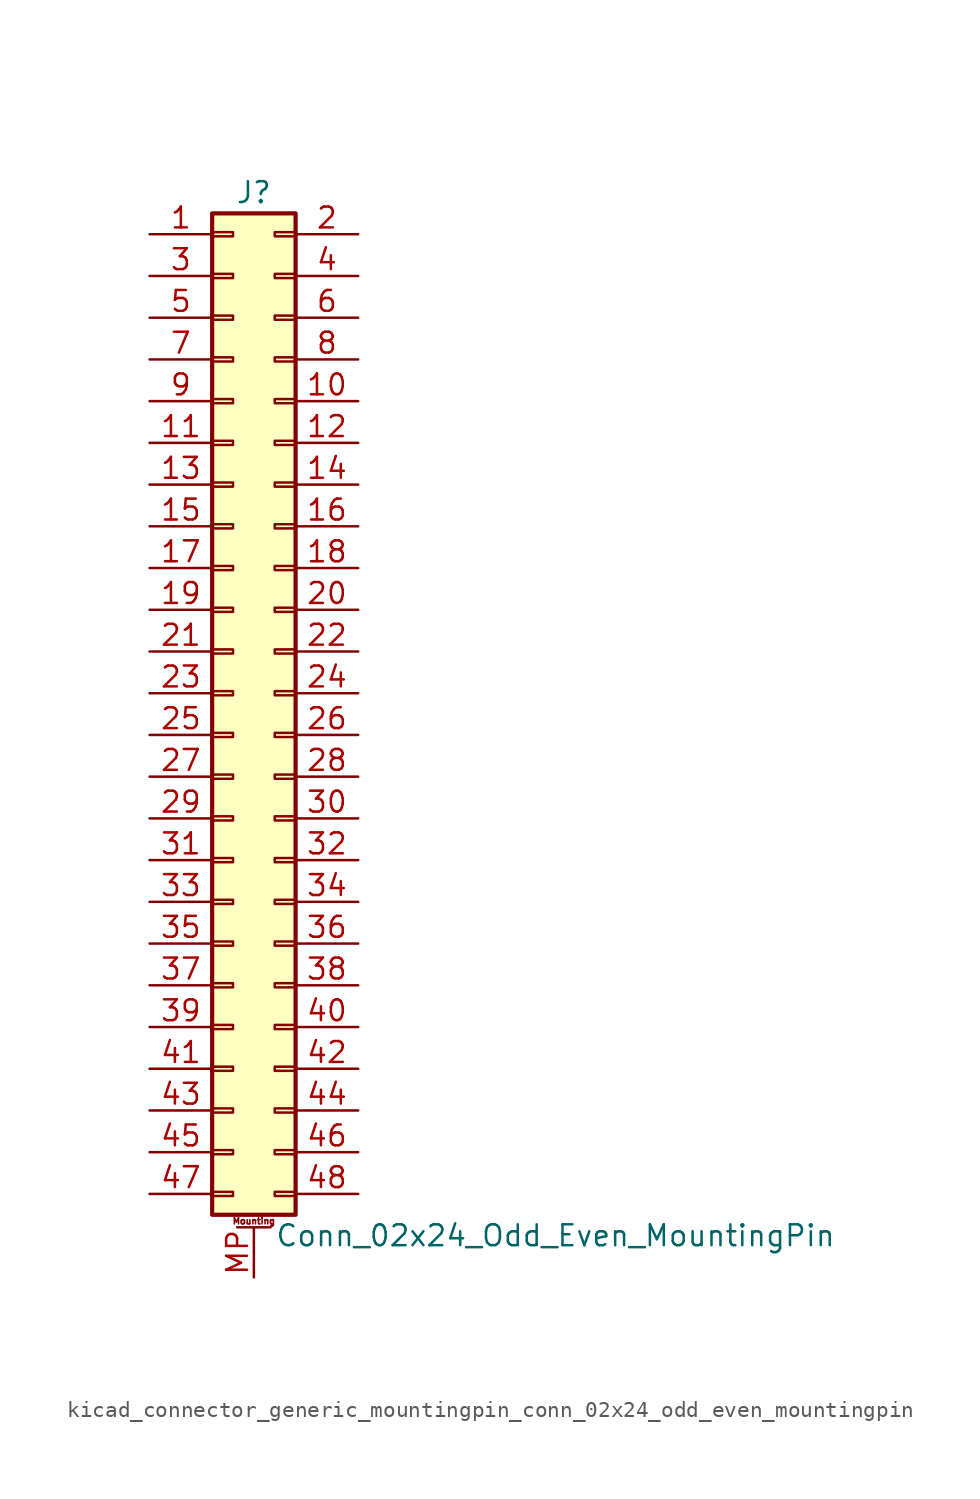
<source format=kicad_sym>
(kicad_symbol_lib
  (version 20220914)
  (generator kicad_symbol_editor)
  (symbol "kicad_connector_generic_mountingpin_conn_02x24_odd_even_mountingpin"
    (pin_names
      (offset 1.016) hide)
    (property "Reference" "J"
      (at 1.27 30.48 0)
      (effects (font (size 1.27 1.27))))
    (property "Value" "Conn_02x24_Odd_Even_MountingPin"
      (at 2.54 -33.02 0)
      (effects (font (size 1.27 1.27)) (justify left)))
    (symbol "kicad_connector_generic_mountingpin_conn_02x24_odd_even_mountingpin_1_1"
      (rectangle (start -1.27 -30.353) (end 0 -30.607) (stroke (width 0.152) (type default)) (fill (type none)))
      (rectangle (start -1.27 -27.813) (end 0 -28.067) (stroke (width 0.152) (type default)) (fill (type none)))
      (rectangle (start -1.27 -25.273) (end 0 -25.527) (stroke (width 0.152) (type default)) (fill (type none)))
      (rectangle (start -1.27 -22.733) (end 0 -22.987) (stroke (width 0.152) (type default)) (fill (type none)))
      (rectangle (start -1.27 -20.193) (end 0 -20.447) (stroke (width 0.152) (type default)) (fill (type none)))
      (rectangle (start -1.27 -17.653) (end 0 -17.907) (stroke (width 0.152) (type default)) (fill (type none)))
      (rectangle (start -1.27 -15.113) (end 0 -15.367) (stroke (width 0.152) (type default)) (fill (type none)))
      (rectangle (start -1.27 -12.573) (end 0 -12.827) (stroke (width 0.152) (type default)) (fill (type none)))
      (rectangle (start -1.27 -10.033) (end 0 -10.287) (stroke (width 0.152) (type default)) (fill (type none)))
      (rectangle (start -1.27 -7.493) (end 0 -7.747) (stroke (width 0.152) (type default)) (fill (type none)))
      (rectangle (start -1.27 -4.953) (end 0 -5.207) (stroke (width 0.152) (type default)) (fill (type none)))
      (rectangle (start -1.27 -2.413) (end 0 -2.667) (stroke (width 0.152) (type default)) (fill (type none)))
      (rectangle (start -1.27 0.127) (end 0 -0.127) (stroke (width 0.152) (type default)) (fill (type none)))
      (rectangle (start -1.27 2.667) (end 0 2.413) (stroke (width 0.152) (type default)) (fill (type none)))
      (rectangle (start -1.27 5.207) (end 0 4.953) (stroke (width 0.152) (type default)) (fill (type none)))
      (rectangle (start -1.27 7.747) (end 0 7.493) (stroke (width 0.152) (type default)) (fill (type none)))
      (rectangle (start -1.27 10.287) (end 0 10.033) (stroke (width 0.152) (type default)) (fill (type none)))
      (rectangle (start -1.27 12.827) (end 0 12.573) (stroke (width 0.152) (type default)) (fill (type none)))
      (rectangle (start -1.27 15.367) (end 0 15.113) (stroke (width 0.152) (type default)) (fill (type none)))
      (rectangle (start -1.27 17.907) (end 0 17.653) (stroke (width 0.152) (type default)) (fill (type none)))
      (rectangle (start -1.27 20.447) (end 0 20.193) (stroke (width 0.152) (type default)) (fill (type none)))
      (rectangle (start -1.27 22.987) (end 0 22.733) (stroke (width 0.152) (type default)) (fill (type none)))
      (rectangle (start -1.27 25.527) (end 0 25.273) (stroke (width 0.152) (type default)) (fill (type none)))
      (rectangle (start -1.27 28.067) (end 0 27.813) (stroke (width 0.152) (type default)) (fill (type none)))
      (rectangle (start -1.27 29.21) (end 3.81 -31.75) (stroke (width 0.254) (type default)) (fill (type background)))
      (polyline (pts (xy 0.254 -32.512) (xy 2.286 -32.512)) (stroke (width 0.152) (type default)) (fill (type none)))
      (rectangle (start 3.81 -30.353) (end 2.54 -30.607) (stroke (width 0.152) (type default)) (fill (type none)))
      (rectangle (start 3.81 -27.813) (end 2.54 -28.067) (stroke (width 0.152) (type default)) (fill (type none)))
      (rectangle (start 3.81 -25.273) (end 2.54 -25.527) (stroke (width 0.152) (type default)) (fill (type none)))
      (rectangle (start 3.81 -22.733) (end 2.54 -22.987) (stroke (width 0.152) (type default)) (fill (type none)))
      (rectangle (start 3.81 -20.193) (end 2.54 -20.447) (stroke (width 0.152) (type default)) (fill (type none)))
      (rectangle (start 3.81 -17.653) (end 2.54 -17.907) (stroke (width 0.152) (type default)) (fill (type none)))
      (rectangle (start 3.81 -15.113) (end 2.54 -15.367) (stroke (width 0.152) (type default)) (fill (type none)))
      (rectangle (start 3.81 -12.573) (end 2.54 -12.827) (stroke (width 0.152) (type default)) (fill (type none)))
      (rectangle (start 3.81 -10.033) (end 2.54 -10.287) (stroke (width 0.152) (type default)) (fill (type none)))
      (rectangle (start 3.81 -7.493) (end 2.54 -7.747) (stroke (width 0.152) (type default)) (fill (type none)))
      (rectangle (start 3.81 -4.953) (end 2.54 -5.207) (stroke (width 0.152) (type default)) (fill (type none)))
      (rectangle (start 3.81 -2.413) (end 2.54 -2.667) (stroke (width 0.152) (type default)) (fill (type none)))
      (rectangle (start 3.81 0.127) (end 2.54 -0.127) (stroke (width 0.152) (type default)) (fill (type none)))
      (rectangle (start 3.81 2.667) (end 2.54 2.413) (stroke (width 0.152) (type default)) (fill (type none)))
      (rectangle (start 3.81 5.207) (end 2.54 4.953) (stroke (width 0.152) (type default)) (fill (type none)))
      (rectangle (start 3.81 7.747) (end 2.54 7.493) (stroke (width 0.152) (type default)) (fill (type none)))
      (rectangle (start 3.81 10.287) (end 2.54 10.033) (stroke (width 0.152) (type default)) (fill (type none)))
      (rectangle (start 3.81 12.827) (end 2.54 12.573) (stroke (width 0.152) (type default)) (fill (type none)))
      (rectangle (start 3.81 15.367) (end 2.54 15.113) (stroke (width 0.152) (type default)) (fill (type none)))
      (rectangle (start 3.81 17.907) (end 2.54 17.653) (stroke (width 0.152) (type default)) (fill (type none)))
      (rectangle (start 3.81 20.447) (end 2.54 20.193) (stroke (width 0.152) (type default)) (fill (type none)))
      (rectangle (start 3.81 22.987) (end 2.54 22.733) (stroke (width 0.152) (type default)) (fill (type none)))
      (rectangle (start 3.81 25.527) (end 2.54 25.273) (stroke (width 0.152) (type default)) (fill (type none)))
      (rectangle (start 3.81 28.067) (end 2.54 27.813) (stroke (width 0.152) (type default)) (fill (type none)))
      (text "Mounting" (at 1.27 -32.131 0) (effects (font (size 0.381 0.381))))
      (pin passive line (at -5.08 27.94 0) (length 3.81) (name "Pin_1" (effects (font (size 1.27 1.27)))) (number "1" (effects (font (size 1.27 1.27)))))
      (pin passive line (at 7.62 17.78 180) (length 3.81) (name "Pin_10" (effects (font (size 1.27 1.27)))) (number "10" (effects (font (size 1.27 1.27)))))
      (pin passive line (at -5.08 15.24 0) (length 3.81) (name "Pin_11" (effects (font (size 1.27 1.27)))) (number "11" (effects (font (size 1.27 1.27)))))
      (pin passive line (at 7.62 15.24 180) (length 3.81) (name "Pin_12" (effects (font (size 1.27 1.27)))) (number "12" (effects (font (size 1.27 1.27)))))
      (pin passive line (at -5.08 12.7 0) (length 3.81) (name "Pin_13" (effects (font (size 1.27 1.27)))) (number "13" (effects (font (size 1.27 1.27)))))
      (pin passive line (at 7.62 12.7 180) (length 3.81) (name "Pin_14" (effects (font (size 1.27 1.27)))) (number "14" (effects (font (size 1.27 1.27)))))
      (pin passive line (at -5.08 10.16 0) (length 3.81) (name "Pin_15" (effects (font (size 1.27 1.27)))) (number "15" (effects (font (size 1.27 1.27)))))
      (pin passive line (at 7.62 10.16 180) (length 3.81) (name "Pin_16" (effects (font (size 1.27 1.27)))) (number "16" (effects (font (size 1.27 1.27)))))
      (pin passive line (at -5.08 7.62 0) (length 3.81) (name "Pin_17" (effects (font (size 1.27 1.27)))) (number "17" (effects (font (size 1.27 1.27)))))
      (pin passive line (at 7.62 7.62 180) (length 3.81) (name "Pin_18" (effects (font (size 1.27 1.27)))) (number "18" (effects (font (size 1.27 1.27)))))
      (pin passive line (at -5.08 5.08 0) (length 3.81) (name "Pin_19" (effects (font (size 1.27 1.27)))) (number "19" (effects (font (size 1.27 1.27)))))
      (pin passive line (at 7.62 27.94 180) (length 3.81) (name "Pin_2" (effects (font (size 1.27 1.27)))) (number "2" (effects (font (size 1.27 1.27)))))
      (pin passive line (at 7.62 5.08 180) (length 3.81) (name "Pin_20" (effects (font (size 1.27 1.27)))) (number "20" (effects (font (size 1.27 1.27)))))
      (pin passive line (at -5.08 2.54 0) (length 3.81) (name "Pin_21" (effects (font (size 1.27 1.27)))) (number "21" (effects (font (size 1.27 1.27)))))
      (pin passive line (at 7.62 2.54 180) (length 3.81) (name "Pin_22" (effects (font (size 1.27 1.27)))) (number "22" (effects (font (size 1.27 1.27)))))
      (pin passive line (at -5.08 0 0) (length 3.81) (name "Pin_23" (effects (font (size 1.27 1.27)))) (number "23" (effects (font (size 1.27 1.27)))))
      (pin passive line (at 7.62 0 180) (length 3.81) (name "Pin_24" (effects (font (size 1.27 1.27)))) (number "24" (effects (font (size 1.27 1.27)))))
      (pin passive line (at -5.08 -2.54 0) (length 3.81) (name "Pin_25" (effects (font (size 1.27 1.27)))) (number "25" (effects (font (size 1.27 1.27)))))
      (pin passive line (at 7.62 -2.54 180) (length 3.81) (name "Pin_26" (effects (font (size 1.27 1.27)))) (number "26" (effects (font (size 1.27 1.27)))))
      (pin passive line (at -5.08 -5.08 0) (length 3.81) (name "Pin_27" (effects (font (size 1.27 1.27)))) (number "27" (effects (font (size 1.27 1.27)))))
      (pin passive line (at 7.62 -5.08 180) (length 3.81) (name "Pin_28" (effects (font (size 1.27 1.27)))) (number "28" (effects (font (size 1.27 1.27)))))
      (pin passive line (at -5.08 -7.62 0) (length 3.81) (name "Pin_29" (effects (font (size 1.27 1.27)))) (number "29" (effects (font (size 1.27 1.27)))))
      (pin passive line (at -5.08 25.4 0) (length 3.81) (name "Pin_3" (effects (font (size 1.27 1.27)))) (number "3" (effects (font (size 1.27 1.27)))))
      (pin passive line (at 7.62 -7.62 180) (length 3.81) (name "Pin_30" (effects (font (size 1.27 1.27)))) (number "30" (effects (font (size 1.27 1.27)))))
      (pin passive line (at -5.08 -10.16 0) (length 3.81) (name "Pin_31" (effects (font (size 1.27 1.27)))) (number "31" (effects (font (size 1.27 1.27)))))
      (pin passive line (at 7.62 -10.16 180) (length 3.81) (name "Pin_32" (effects (font (size 1.27 1.27)))) (number "32" (effects (font (size 1.27 1.27)))))
      (pin passive line (at -5.08 -12.7 0) (length 3.81) (name "Pin_33" (effects (font (size 1.27 1.27)))) (number "33" (effects (font (size 1.27 1.27)))))
      (pin passive line (at 7.62 -12.7 180) (length 3.81) (name "Pin_34" (effects (font (size 1.27 1.27)))) (number "34" (effects (font (size 1.27 1.27)))))
      (pin passive line (at -5.08 -15.24 0) (length 3.81) (name "Pin_35" (effects (font (size 1.27 1.27)))) (number "35" (effects (font (size 1.27 1.27)))))
      (pin passive line (at 7.62 -15.24 180) (length 3.81) (name "Pin_36" (effects (font (size 1.27 1.27)))) (number "36" (effects (font (size 1.27 1.27)))))
      (pin passive line (at -5.08 -17.78 0) (length 3.81) (name "Pin_37" (effects (font (size 1.27 1.27)))) (number "37" (effects (font (size 1.27 1.27)))))
      (pin passive line (at 7.62 -17.78 180) (length 3.81) (name "Pin_38" (effects (font (size 1.27 1.27)))) (number "38" (effects (font (size 1.27 1.27)))))
      (pin passive line (at -5.08 -20.32 0) (length 3.81) (name "Pin_39" (effects (font (size 1.27 1.27)))) (number "39" (effects (font (size 1.27 1.27)))))
      (pin passive line (at 7.62 25.4 180) (length 3.81) (name "Pin_4" (effects (font (size 1.27 1.27)))) (number "4" (effects (font (size 1.27 1.27)))))
      (pin passive line (at 7.62 -20.32 180) (length 3.81) (name "Pin_40" (effects (font (size 1.27 1.27)))) (number "40" (effects (font (size 1.27 1.27)))))
      (pin passive line (at -5.08 -22.86 0) (length 3.81) (name "Pin_41" (effects (font (size 1.27 1.27)))) (number "41" (effects (font (size 1.27 1.27)))))
      (pin passive line (at 7.62 -22.86 180) (length 3.81) (name "Pin_42" (effects (font (size 1.27 1.27)))) (number "42" (effects (font (size 1.27 1.27)))))
      (pin passive line (at -5.08 -25.4 0) (length 3.81) (name "Pin_43" (effects (font (size 1.27 1.27)))) (number "43" (effects (font (size 1.27 1.27)))))
      (pin passive line (at 7.62 -25.4 180) (length 3.81) (name "Pin_44" (effects (font (size 1.27 1.27)))) (number "44" (effects (font (size 1.27 1.27)))))
      (pin passive line (at -5.08 -27.94 0) (length 3.81) (name "Pin_45" (effects (font (size 1.27 1.27)))) (number "45" (effects (font (size 1.27 1.27)))))
      (pin passive line (at 7.62 -27.94 180) (length 3.81) (name "Pin_46" (effects (font (size 1.27 1.27)))) (number "46" (effects (font (size 1.27 1.27)))))
      (pin passive line (at -5.08 -30.48 0) (length 3.81) (name "Pin_47" (effects (font (size 1.27 1.27)))) (number "47" (effects (font (size 1.27 1.27)))))
      (pin passive line (at 7.62 -30.48 180) (length 3.81) (name "Pin_48" (effects (font (size 1.27 1.27)))) (number "48" (effects (font (size 1.27 1.27)))))
      (pin passive line (at -5.08 22.86 0) (length 3.81) (name "Pin_5" (effects (font (size 1.27 1.27)))) (number "5" (effects (font (size 1.27 1.27)))))
      (pin passive line (at 7.62 22.86 180) (length 3.81) (name "Pin_6" (effects (font (size 1.27 1.27)))) (number "6" (effects (font (size 1.27 1.27)))))
      (pin passive line (at -5.08 20.32 0) (length 3.81) (name "Pin_7" (effects (font (size 1.27 1.27)))) (number "7" (effects (font (size 1.27 1.27)))))
      (pin passive line (at 7.62 20.32 180) (length 3.81) (name "Pin_8" (effects (font (size 1.27 1.27)))) (number "8" (effects (font (size 1.27 1.27)))))
      (pin passive line (at -5.08 17.78 0) (length 3.81) (name "Pin_9" (effects (font (size 1.27 1.27)))) (number "9" (effects (font (size 1.27 1.27)))))
      (pin passive line (at 1.27 -35.56 90) (length 3.048) (name "MountPin" (effects (font (size 1.27 1.27)))) (number "MP" (effects (font (size 1.27 1.27))))))))
</source>
